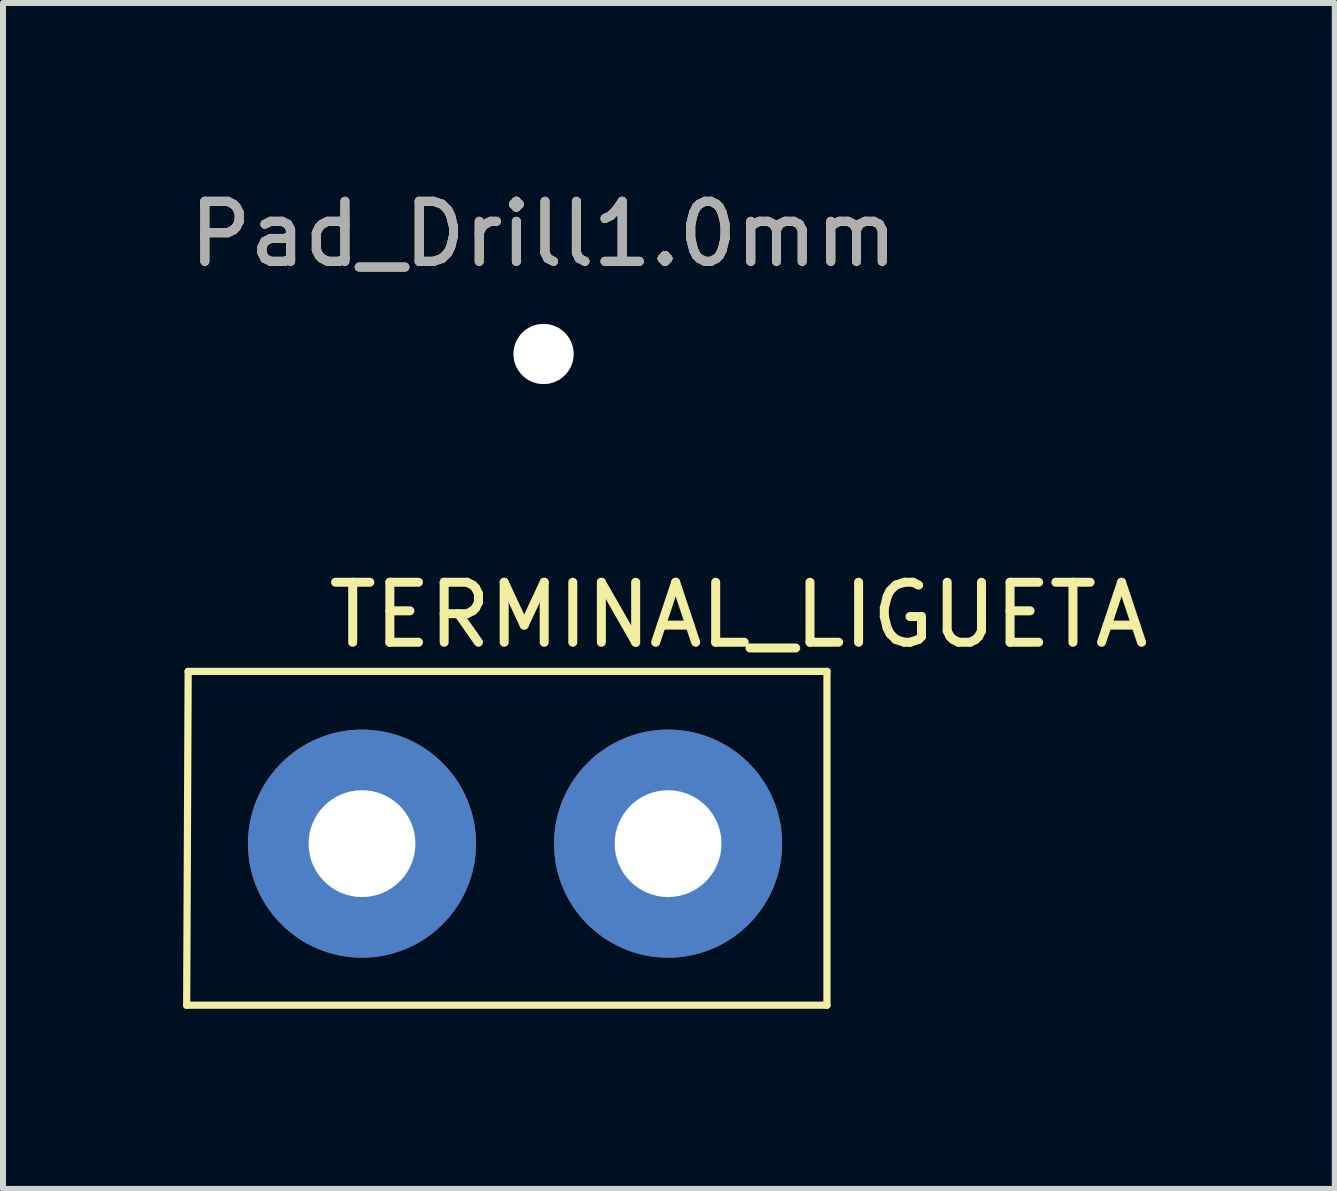
<source format=kicad_pcb>
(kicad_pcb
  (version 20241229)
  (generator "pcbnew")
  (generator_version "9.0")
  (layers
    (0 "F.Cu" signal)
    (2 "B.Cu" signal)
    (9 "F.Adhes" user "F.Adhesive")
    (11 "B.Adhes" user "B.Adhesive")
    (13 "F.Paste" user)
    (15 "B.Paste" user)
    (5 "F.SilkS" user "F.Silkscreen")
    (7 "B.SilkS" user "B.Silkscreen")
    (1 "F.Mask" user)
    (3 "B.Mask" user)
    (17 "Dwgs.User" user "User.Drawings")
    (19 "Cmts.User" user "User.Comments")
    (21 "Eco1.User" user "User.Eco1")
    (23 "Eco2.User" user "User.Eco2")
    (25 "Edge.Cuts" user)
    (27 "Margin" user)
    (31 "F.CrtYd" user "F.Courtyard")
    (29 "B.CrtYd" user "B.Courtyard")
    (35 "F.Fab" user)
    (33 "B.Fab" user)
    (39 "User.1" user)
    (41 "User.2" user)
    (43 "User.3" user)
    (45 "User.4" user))
  (footprint "Pad_Drill1.0mm"
    (layer "F.Cu")
    (at 6.006 2.848)
    (property "Reference" "Pad_Drill1.0mm" (at 0 -1.998 0) (layer "F.SilkS") (effects (font (size 1 1) (thickness 0.15))))
    (attr exclude_from_pos_files exclude_from_bom)
    (fp_text user "${REFERENCE}" (at 0 -2 0) (layer "F.Fab") (effects (font (size 1 1) (thickness 0.15))))
    (pad "1" thru_hole circle (at 0 0) (size 1 1) (drill 1) (layers "*.Cu" "*.Mask")))
  (footprint "TERMINAL_LIGUETA"
    (layer "F.Cu")
    (at 7.68 13.165)
    (property "Reference" "TERMINAL_LIGUETA" (at 1.575 -5.969 0) (layer "F.SilkS") (effects (font (size 1 1) (thickness 0.15))))
    (attr through_hole)
    (fp_line (start -7.62 0.533) (end -7.595 -5.029) (stroke (width 0.12) (type solid)) (layer "F.SilkS"))
    (fp_line (start -7.595 -5.029) (end 3.048 -5.029) (stroke (width 0.12) (type solid)) (layer "F.SilkS"))
    (fp_line (start 3.048 -5.029) (end 3.048 0.533) (stroke (width 0.12) (type solid)) (layer "F.SilkS"))
    (fp_line (start 3.048 0.533) (end -7.62 0.533) (stroke (width 0.12) (type solid)) (layer "F.SilkS"))
    (pad "1" thru_hole circle (at -4.699 -2.159) (size 3.8 3.8) (drill 1.78) (layers "*.Cu" "*.Mask"))
    (pad "2" thru_hole circle (at 0.401 -2.159) (size 3.8 3.8) (drill 1.78) (layers "*.Cu" "*.Mask")))
  (gr_rect
    (start -3 -3)
    (end 19.189 16.759)
    (stroke (width 0.1) (type default))
    (fill no)
    (layer "Edge.Cuts")))
</source>
